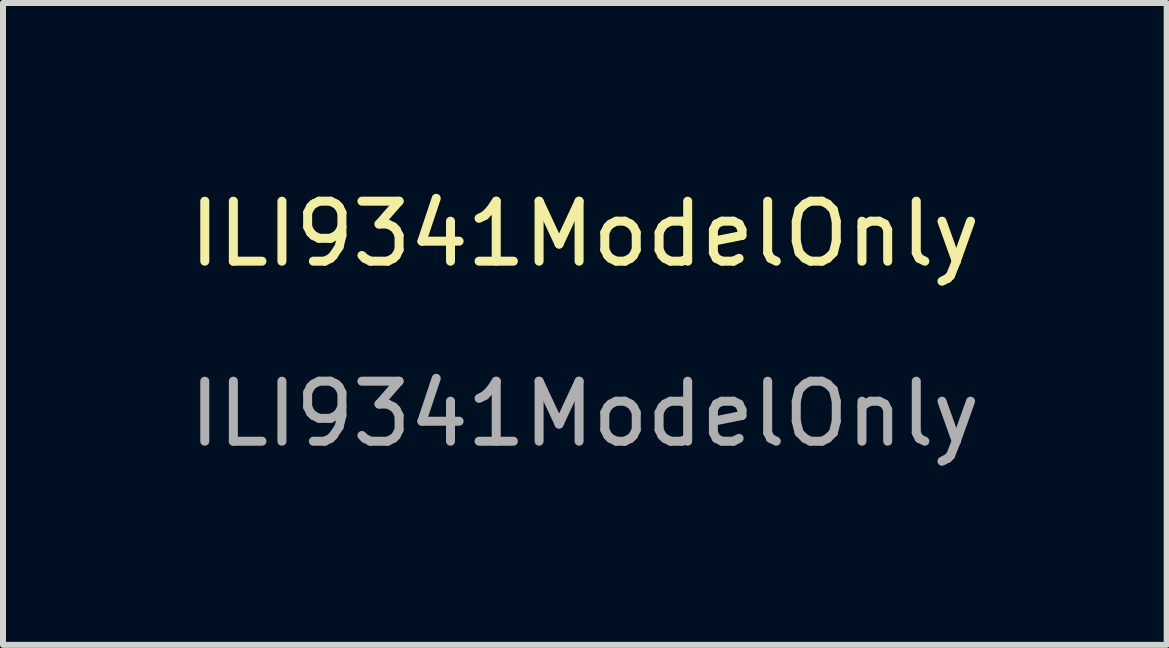
<source format=kicad_pcb>
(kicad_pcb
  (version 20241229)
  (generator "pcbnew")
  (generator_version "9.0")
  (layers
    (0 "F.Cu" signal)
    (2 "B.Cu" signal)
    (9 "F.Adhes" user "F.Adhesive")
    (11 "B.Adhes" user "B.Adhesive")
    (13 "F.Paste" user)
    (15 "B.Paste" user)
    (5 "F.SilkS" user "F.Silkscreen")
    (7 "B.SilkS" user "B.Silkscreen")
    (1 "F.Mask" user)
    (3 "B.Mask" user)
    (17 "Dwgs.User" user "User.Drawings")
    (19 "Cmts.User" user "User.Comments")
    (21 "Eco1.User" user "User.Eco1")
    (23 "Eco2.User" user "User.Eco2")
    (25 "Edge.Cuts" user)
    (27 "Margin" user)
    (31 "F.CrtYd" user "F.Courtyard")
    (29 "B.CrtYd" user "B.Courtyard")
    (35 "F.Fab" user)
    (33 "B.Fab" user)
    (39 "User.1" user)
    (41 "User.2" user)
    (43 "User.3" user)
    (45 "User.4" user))
  (footprint "ILI9341ModelOnly"
    (layer "F.Cu")
    (at 6.696 1.348)
    (property "Reference" "ILI9341ModelOnly" (at 0 -0.5 0) (unlocked yes) (layer "F.SilkS") (effects (font (size 1 1) (thickness 0.15))))
    (attr smd)
    (fp_text user "${REFERENCE}" (at 0 2.5 0) (unlocked yes) (layer "F.Fab") (effects (font (size 1 1) (thickness 0.15)))))
  (gr_rect
    (start -3 -3)
    (end 16.393 7.697)
    (stroke (width 0.1) (type default))
    (fill no)
    (layer "Edge.Cuts")))
</source>
